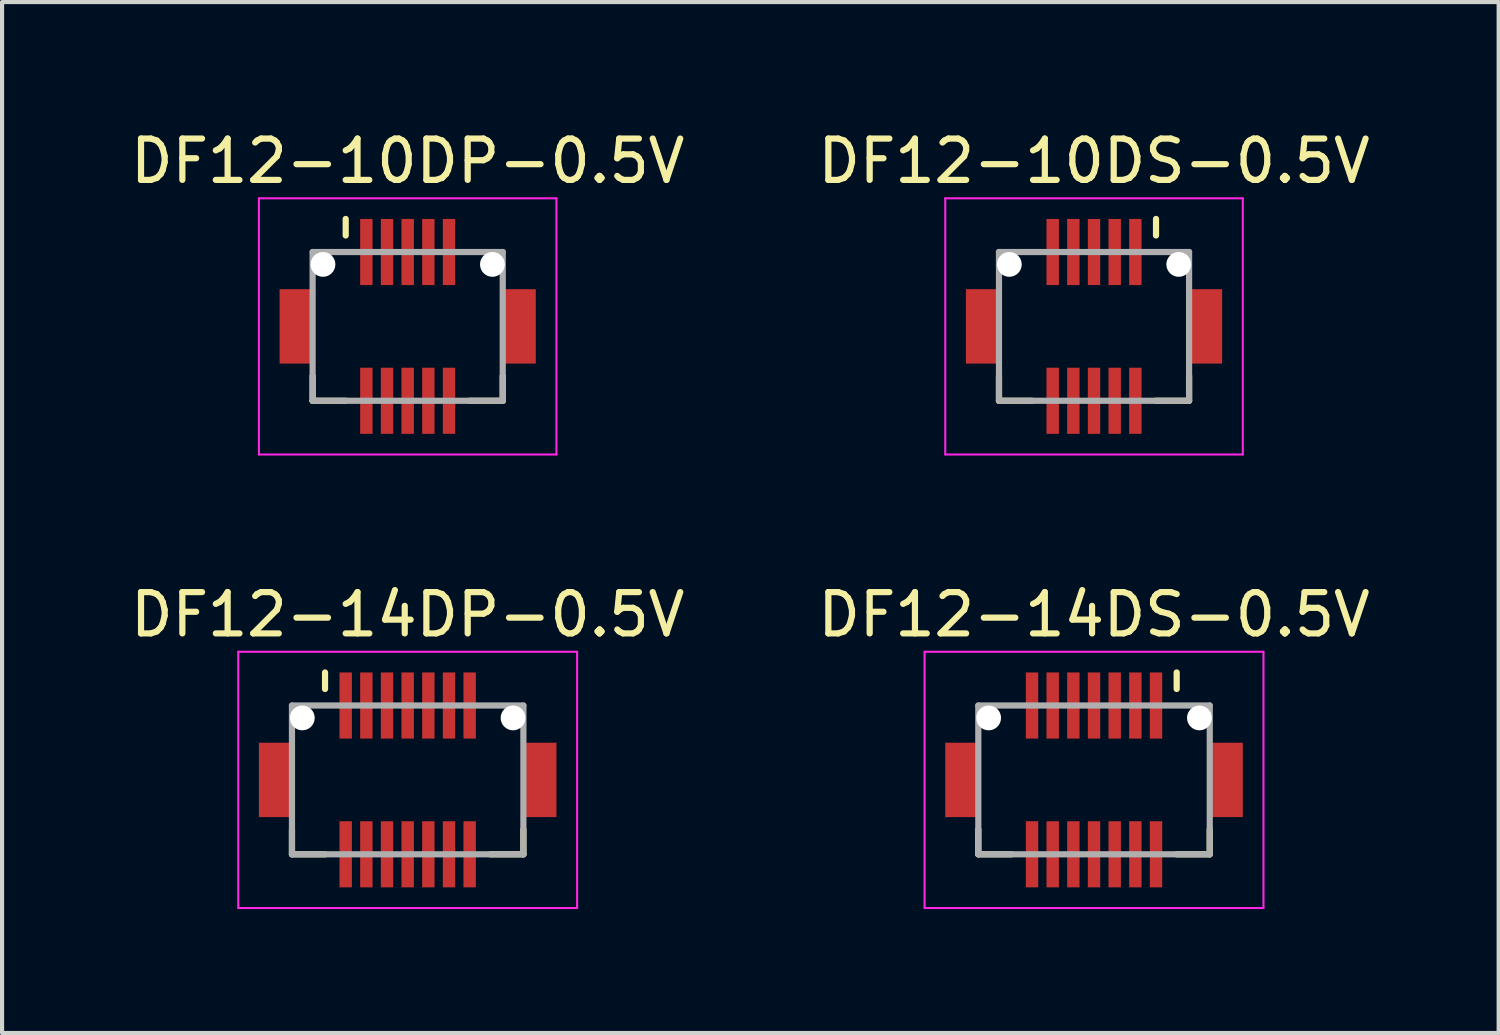
<source format=kicad_pcb>
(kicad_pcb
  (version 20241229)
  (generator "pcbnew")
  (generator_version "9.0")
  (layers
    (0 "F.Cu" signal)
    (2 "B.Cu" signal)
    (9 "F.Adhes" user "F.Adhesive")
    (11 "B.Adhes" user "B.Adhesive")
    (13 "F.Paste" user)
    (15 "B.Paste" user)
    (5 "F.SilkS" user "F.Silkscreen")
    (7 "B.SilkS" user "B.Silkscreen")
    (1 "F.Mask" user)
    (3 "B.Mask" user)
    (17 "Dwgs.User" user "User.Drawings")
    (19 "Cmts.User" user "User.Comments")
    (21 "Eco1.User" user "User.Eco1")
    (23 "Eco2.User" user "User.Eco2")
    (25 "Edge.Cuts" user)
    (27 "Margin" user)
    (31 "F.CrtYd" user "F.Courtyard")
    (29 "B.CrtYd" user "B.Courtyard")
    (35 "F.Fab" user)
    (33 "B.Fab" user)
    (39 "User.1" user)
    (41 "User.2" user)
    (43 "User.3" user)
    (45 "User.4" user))
  (footprint "DF12-10DS-0.5V"
    (layer "F.Cu")
    (at 23.423 4.848)
    (property "Reference" "DF12-10DS-0.5V" (at 0 -4 0) (layer "F.SilkS") (effects (font (size 1 1) (thickness 0.15))))
    (attr smd)
    (fp_line (start -2.3 1.2) (end -2.3 1.8) (stroke (width 0.15) (type solid)) (layer "F.SilkS"))
    (fp_line (start -2.3 1.8) (end -1.5 1.8) (stroke (width 0.15) (type solid)) (layer "F.SilkS"))
    (fp_line (start 1.5 -2.6) (end 1.5 -2.2) (stroke (width 0.15) (type solid)) (layer "F.SilkS"))
    (fp_line (start 1.5 1.8) (end 2.3 1.8) (stroke (width 0.15) (type solid)) (layer "F.SilkS"))
    (fp_line (start 2.3 1.2) (end 2.3 1.8) (stroke (width 0.15) (type solid)) (layer "F.SilkS"))
    (fp_line (start -3.6 -3.1) (end -3.6 3.1) (stroke (width 0.05) (type solid)) (layer "F.CrtYd"))
    (fp_line (start -3.6 -3.1) (end 3.6 -3.1) (stroke (width 0.05) (type solid)) (layer "F.CrtYd"))
    (fp_line (start -3.6 3.1) (end 3.6 3.1) (stroke (width 0.05) (type solid)) (layer "F.CrtYd"))
    (fp_line (start 3.6 -3.1) (end 3.6 3.1) (stroke (width 0.05) (type solid)) (layer "F.CrtYd"))
    (fp_line (start -2.3 -1.8) (end -2.3 1.8) (stroke (width 0.15) (type solid)) (layer "F.Fab"))
    (fp_line (start -2.3 -1.8) (end 2.3 -1.8) (stroke (width 0.15) (type solid)) (layer "F.Fab"))
    (fp_line (start -2.3 1.8) (end 2.3 1.8) (stroke (width 0.15) (type solid)) (layer "F.Fab"))
    (fp_line (start 2.3 -1.8) (end 2.3 1.8) (stroke (width 0.15) (type solid)) (layer "F.Fab"))
    (pad "" np_thru_hole circle (at -2.05 -1.5) (size 0.6 0.6) (drill 0.6) (layers "*.Cu" "*.Mask"))
    (pad "" np_thru_hole circle (at 2.05 -1.5) (size 0.6 0.6) (drill 0.6) (layers "*.Cu" "*.Mask"))
    (pad "1" smd rect (at 1 -1.8) (size 0.3 1.6) (layers "F.Cu" "F.Mask" "F.Paste"))
    (pad "2" smd rect (at 1 1.8) (size 0.3 1.6) (layers "F.Cu" "F.Mask" "F.Paste"))
    (pad "3" smd rect (at 0.5 -1.8) (size 0.3 1.6) (layers "F.Cu" "F.Mask" "F.Paste"))
    (pad "4" smd rect (at 0.5 1.8) (size 0.3 1.6) (layers "F.Cu" "F.Mask" "F.Paste"))
    (pad "5" smd rect (at 0 -1.8) (size 0.3 1.6) (layers "F.Cu" "F.Mask" "F.Paste"))
    (pad "6" smd rect (at 0 1.8) (size 0.3 1.6) (layers "F.Cu" "F.Mask" "F.Paste"))
    (pad "7" smd rect (at -0.5 -1.8) (size 0.3 1.6) (layers "F.Cu" "F.Mask" "F.Paste"))
    (pad "8" smd rect (at -0.5 1.8) (size 0.3 1.6) (layers "F.Cu" "F.Mask" "F.Paste"))
    (pad "9" smd rect (at -1 -1.8) (size 0.3 1.6) (layers "F.Cu" "F.Mask" "F.Paste"))
    (pad "10" smd rect (at -1 1.8) (size 0.3 1.6) (layers "F.Cu" "F.Mask" "F.Paste"))
    (pad "S" smd rect (at -2.7 0) (size 0.8 1.8) (layers "F.Cu" "F.Mask" "F.Paste"))
    (pad "S" smd rect (at 2.7 0) (size 0.8 1.8) (layers "F.Cu" "F.Mask" "F.Paste")))
  (footprint "DF12-14DS-0.5V"
    (layer "F.Cu")
    (at 23.423 15.822)
    (property "Reference" "DF12-14DS-0.5V" (at 0 -4 0) (layer "F.SilkS") (effects (font (size 1 1) (thickness 0.15))))
    (attr smd)
    (fp_line (start -2.8 1.2) (end -2.8 1.8) (stroke (width 0.15) (type solid)) (layer "F.SilkS"))
    (fp_line (start -2.8 1.8) (end -2 1.8) (stroke (width 0.15) (type solid)) (layer "F.SilkS"))
    (fp_line (start 2 -2.6) (end 2 -2.2) (stroke (width 0.15) (type solid)) (layer "F.SilkS"))
    (fp_line (start 2 1.8) (end 2.8 1.8) (stroke (width 0.15) (type solid)) (layer "F.SilkS"))
    (fp_line (start 2.8 1.2) (end 2.8 1.8) (stroke (width 0.15) (type solid)) (layer "F.SilkS"))
    (fp_line (start -4.1 -3.1) (end -4.1 3.1) (stroke (width 0.05) (type solid)) (layer "F.CrtYd"))
    (fp_line (start -4.1 -3.1) (end 4.1 -3.1) (stroke (width 0.05) (type solid)) (layer "F.CrtYd"))
    (fp_line (start -4.1 3.1) (end 4.1 3.1) (stroke (width 0.05) (type solid)) (layer "F.CrtYd"))
    (fp_line (start 4.1 -3.1) (end 4.1 3.1) (stroke (width 0.05) (type solid)) (layer "F.CrtYd"))
    (fp_line (start -2.8 -1.8) (end -2.8 1.8) (stroke (width 0.15) (type solid)) (layer "F.Fab"))
    (fp_line (start -2.8 -1.8) (end 2.8 -1.8) (stroke (width 0.15) (type solid)) (layer "F.Fab"))
    (fp_line (start -2.8 1.8) (end 2.8 1.8) (stroke (width 0.15) (type solid)) (layer "F.Fab"))
    (fp_line (start 2.8 -1.8) (end 2.8 1.8) (stroke (width 0.15) (type solid)) (layer "F.Fab"))
    (pad "" np_thru_hole circle (at -2.55 -1.5) (size 0.6 0.6) (drill 0.6) (layers "*.Cu" "*.Mask"))
    (pad "" np_thru_hole circle (at 2.55 -1.5) (size 0.6 0.6) (drill 0.6) (layers "*.Cu" "*.Mask"))
    (pad "1" smd rect (at 1.5 -1.8) (size 0.3 1.6) (layers "F.Cu" "F.Mask" "F.Paste"))
    (pad "2" smd rect (at 1.5 1.8) (size 0.3 1.6) (layers "F.Cu" "F.Mask" "F.Paste"))
    (pad "3" smd rect (at 1 -1.8) (size 0.3 1.6) (layers "F.Cu" "F.Mask" "F.Paste"))
    (pad "4" smd rect (at 1 1.8) (size 0.3 1.6) (layers "F.Cu" "F.Mask" "F.Paste"))
    (pad "5" smd rect (at 0.5 -1.8) (size 0.3 1.6) (layers "F.Cu" "F.Mask" "F.Paste"))
    (pad "6" smd rect (at 0.5 1.8) (size 0.3 1.6) (layers "F.Cu" "F.Mask" "F.Paste"))
    (pad "7" smd rect (at 0 -1.8) (size 0.3 1.6) (layers "F.Cu" "F.Mask" "F.Paste"))
    (pad "8" smd rect (at 0 1.8) (size 0.3 1.6) (layers "F.Cu" "F.Mask" "F.Paste"))
    (pad "9" smd rect (at -0.5 -1.8) (size 0.3 1.6) (layers "F.Cu" "F.Mask" "F.Paste"))
    (pad "10" smd rect (at -0.5 1.8) (size 0.3 1.6) (layers "F.Cu" "F.Mask" "F.Paste"))
    (pad "11" smd rect (at -1 -1.8) (size 0.3 1.6) (layers "F.Cu" "F.Mask" "F.Paste"))
    (pad "12" smd rect (at -1 1.8) (size 0.3 1.6) (layers "F.Cu" "F.Mask" "F.Paste"))
    (pad "13" smd rect (at -1.5 -1.8) (size 0.3 1.6) (layers "F.Cu" "F.Mask" "F.Paste"))
    (pad "14" smd rect (at -1.5 1.8) (size 0.3 1.6) (layers "F.Cu" "F.Mask" "F.Paste"))
    (pad "S" smd rect (at -3.2 0) (size 0.8 1.8) (layers "F.Cu" "F.Mask" "F.Paste"))
    (pad "S" smd rect (at 3.2 0) (size 0.8 1.8) (layers "F.Cu" "F.Mask" "F.Paste")))
  (footprint "DF12-10DP-0.5V"
    (layer "F.Cu")
    (at 6.815 4.848)
    (property "Reference" "DF12-10DP-0.5V" (at 0 -4 0) (layer "F.SilkS") (effects (font (size 1 1) (thickness 0.15))))
    (attr smd)
    (fp_line (start -2.3 1.2) (end -2.3 1.8) (stroke (width 0.15) (type solid)) (layer "F.SilkS"))
    (fp_line (start -2.3 1.8) (end -1.5 1.8) (stroke (width 0.15) (type solid)) (layer "F.SilkS"))
    (fp_line (start -1.5 -2.6) (end -1.5 -2.2) (stroke (width 0.15) (type solid)) (layer "F.SilkS"))
    (fp_line (start 1.5 1.8) (end 2.3 1.8) (stroke (width 0.15) (type solid)) (layer "F.SilkS"))
    (fp_line (start 2.3 1.2) (end 2.3 1.8) (stroke (width 0.15) (type solid)) (layer "F.SilkS"))
    (fp_line (start -3.6 -3.1) (end -3.6 3.1) (stroke (width 0.05) (type solid)) (layer "F.CrtYd"))
    (fp_line (start -3.6 -3.1) (end 3.6 -3.1) (stroke (width 0.05) (type solid)) (layer "F.CrtYd"))
    (fp_line (start -3.6 3.1) (end 3.6 3.1) (stroke (width 0.05) (type solid)) (layer "F.CrtYd"))
    (fp_line (start 3.6 -3.1) (end 3.6 3.1) (stroke (width 0.05) (type solid)) (layer "F.CrtYd"))
    (fp_line (start -2.3 -1.8) (end -2.3 1.8) (stroke (width 0.15) (type solid)) (layer "F.Fab"))
    (fp_line (start -2.3 -1.8) (end 2.3 -1.8) (stroke (width 0.15) (type solid)) (layer "F.Fab"))
    (fp_line (start -2.3 1.8) (end 2.3 1.8) (stroke (width 0.15) (type solid)) (layer "F.Fab"))
    (fp_line (start 2.3 -1.8) (end 2.3 1.8) (stroke (width 0.15) (type solid)) (layer "F.Fab"))
    (pad "" np_thru_hole circle (at -2.05 -1.5) (size 0.6 0.6) (drill 0.6) (layers "*.Cu" "*.Mask"))
    (pad "" np_thru_hole circle (at 2.05 -1.5) (size 0.6 0.6) (drill 0.6) (layers "*.Cu" "*.Mask"))
    (pad "1" smd rect (at -1 -1.8) (size 0.3 1.6) (layers "F.Cu" "F.Mask" "F.Paste"))
    (pad "2" smd rect (at -1 1.8) (size 0.3 1.6) (layers "F.Cu" "F.Mask" "F.Paste"))
    (pad "3" smd rect (at -0.5 -1.8) (size 0.3 1.6) (layers "F.Cu" "F.Mask" "F.Paste"))
    (pad "4" smd rect (at -0.5 1.8) (size 0.3 1.6) (layers "F.Cu" "F.Mask" "F.Paste"))
    (pad "5" smd rect (at 0 -1.8) (size 0.3 1.6) (layers "F.Cu" "F.Mask" "F.Paste"))
    (pad "6" smd rect (at 0 1.8) (size 0.3 1.6) (layers "F.Cu" "F.Mask" "F.Paste"))
    (pad "7" smd rect (at 0.5 -1.8) (size 0.3 1.6) (layers "F.Cu" "F.Mask" "F.Paste"))
    (pad "8" smd rect (at 0.5 1.8) (size 0.3 1.6) (layers "F.Cu" "F.Mask" "F.Paste"))
    (pad "9" smd rect (at 1 -1.8) (size 0.3 1.6) (layers "F.Cu" "F.Mask" "F.Paste"))
    (pad "10" smd rect (at 1 1.8) (size 0.3 1.6) (layers "F.Cu" "F.Mask" "F.Paste"))
    (pad "S" smd rect (at -2.7 0) (size 0.8 1.8) (layers "F.Cu" "F.Mask" "F.Paste"))
    (pad "S" smd rect (at 2.7 0) (size 0.8 1.8) (layers "F.Cu" "F.Mask" "F.Paste")))
  (footprint "DF12-14DP-0.5V"
    (layer "F.Cu")
    (at 6.815 15.822)
    (property "Reference" "DF12-14DP-0.5V" (at 0 -4 0) (layer "F.SilkS") (effects (font (size 1 1) (thickness 0.15))))
    (attr smd)
    (fp_line (start -2.8 1.2) (end -2.8 1.8) (stroke (width 0.15) (type solid)) (layer "F.SilkS"))
    (fp_line (start -2.8 1.8) (end -2 1.8) (stroke (width 0.15) (type solid)) (layer "F.SilkS"))
    (fp_line (start -2 -2.6) (end -2 -2.2) (stroke (width 0.15) (type solid)) (layer "F.SilkS"))
    (fp_line (start 2 1.8) (end 2.8 1.8) (stroke (width 0.15) (type solid)) (layer "F.SilkS"))
    (fp_line (start 2.8 1.2) (end 2.8 1.8) (stroke (width 0.15) (type solid)) (layer "F.SilkS"))
    (fp_line (start -4.1 -3.1) (end -4.1 3.1) (stroke (width 0.05) (type solid)) (layer "F.CrtYd"))
    (fp_line (start -4.1 -3.1) (end 4.1 -3.1) (stroke (width 0.05) (type solid)) (layer "F.CrtYd"))
    (fp_line (start -4.1 3.1) (end 4.1 3.1) (stroke (width 0.05) (type solid)) (layer "F.CrtYd"))
    (fp_line (start 4.1 -3.1) (end 4.1 3.1) (stroke (width 0.05) (type solid)) (layer "F.CrtYd"))
    (fp_line (start -2.8 -1.8) (end -2.8 1.8) (stroke (width 0.15) (type solid)) (layer "F.Fab"))
    (fp_line (start -2.8 -1.8) (end 2.8 -1.8) (stroke (width 0.15) (type solid)) (layer "F.Fab"))
    (fp_line (start -2.8 1.8) (end 2.8 1.8) (stroke (width 0.15) (type solid)) (layer "F.Fab"))
    (fp_line (start 2.8 -1.8) (end 2.8 1.8) (stroke (width 0.15) (type solid)) (layer "F.Fab"))
    (pad "" np_thru_hole circle (at -2.55 -1.5) (size 0.6 0.6) (drill 0.6) (layers "*.Cu" "*.Mask"))
    (pad "" np_thru_hole circle (at 2.55 -1.5) (size 0.6 0.6) (drill 0.6) (layers "*.Cu" "*.Mask"))
    (pad "1" smd rect (at -1.5 -1.8) (size 0.3 1.6) (layers "F.Cu" "F.Mask" "F.Paste"))
    (pad "2" smd rect (at -1.5 1.8) (size 0.3 1.6) (layers "F.Cu" "F.Mask" "F.Paste"))
    (pad "3" smd rect (at -1 -1.8) (size 0.3 1.6) (layers "F.Cu" "F.Mask" "F.Paste"))
    (pad "4" smd rect (at -1 1.8) (size 0.3 1.6) (layers "F.Cu" "F.Mask" "F.Paste"))
    (pad "5" smd rect (at -0.5 -1.8) (size 0.3 1.6) (layers "F.Cu" "F.Mask" "F.Paste"))
    (pad "6" smd rect (at -0.5 1.8) (size 0.3 1.6) (layers "F.Cu" "F.Mask" "F.Paste"))
    (pad "7" smd rect (at 0 -1.8) (size 0.3 1.6) (layers "F.Cu" "F.Mask" "F.Paste"))
    (pad "8" smd rect (at 0 1.8) (size 0.3 1.6) (layers "F.Cu" "F.Mask" "F.Paste"))
    (pad "9" smd rect (at 0.5 -1.8) (size 0.3 1.6) (layers "F.Cu" "F.Mask" "F.Paste"))
    (pad "10" smd rect (at 0.5 1.8) (size 0.3 1.6) (layers "F.Cu" "F.Mask" "F.Paste"))
    (pad "11" smd rect (at 1 -1.8) (size 0.3 1.6) (layers "F.Cu" "F.Mask" "F.Paste"))
    (pad "12" smd rect (at 1 1.8) (size 0.3 1.6) (layers "F.Cu" "F.Mask" "F.Paste"))
    (pad "13" smd rect (at 1.5 -1.8) (size 0.3 1.6) (layers "F.Cu" "F.Mask" "F.Paste"))
    (pad "14" smd rect (at 1.5 1.8) (size 0.3 1.6) (layers "F.Cu" "F.Mask" "F.Paste"))
    (pad "S" smd rect (at -3.2 0) (size 0.8 1.8) (layers "F.Cu" "F.Mask" "F.Paste"))
    (pad "S" smd rect (at 3.2 0) (size 0.8 1.8) (layers "F.Cu" "F.Mask" "F.Paste")))
  (gr_rect
    (start -3 -3)
    (end 33.214 21.947)
    (stroke (width 0.1) (type default))
    (fill no)
    (layer "Edge.Cuts")))
</source>
